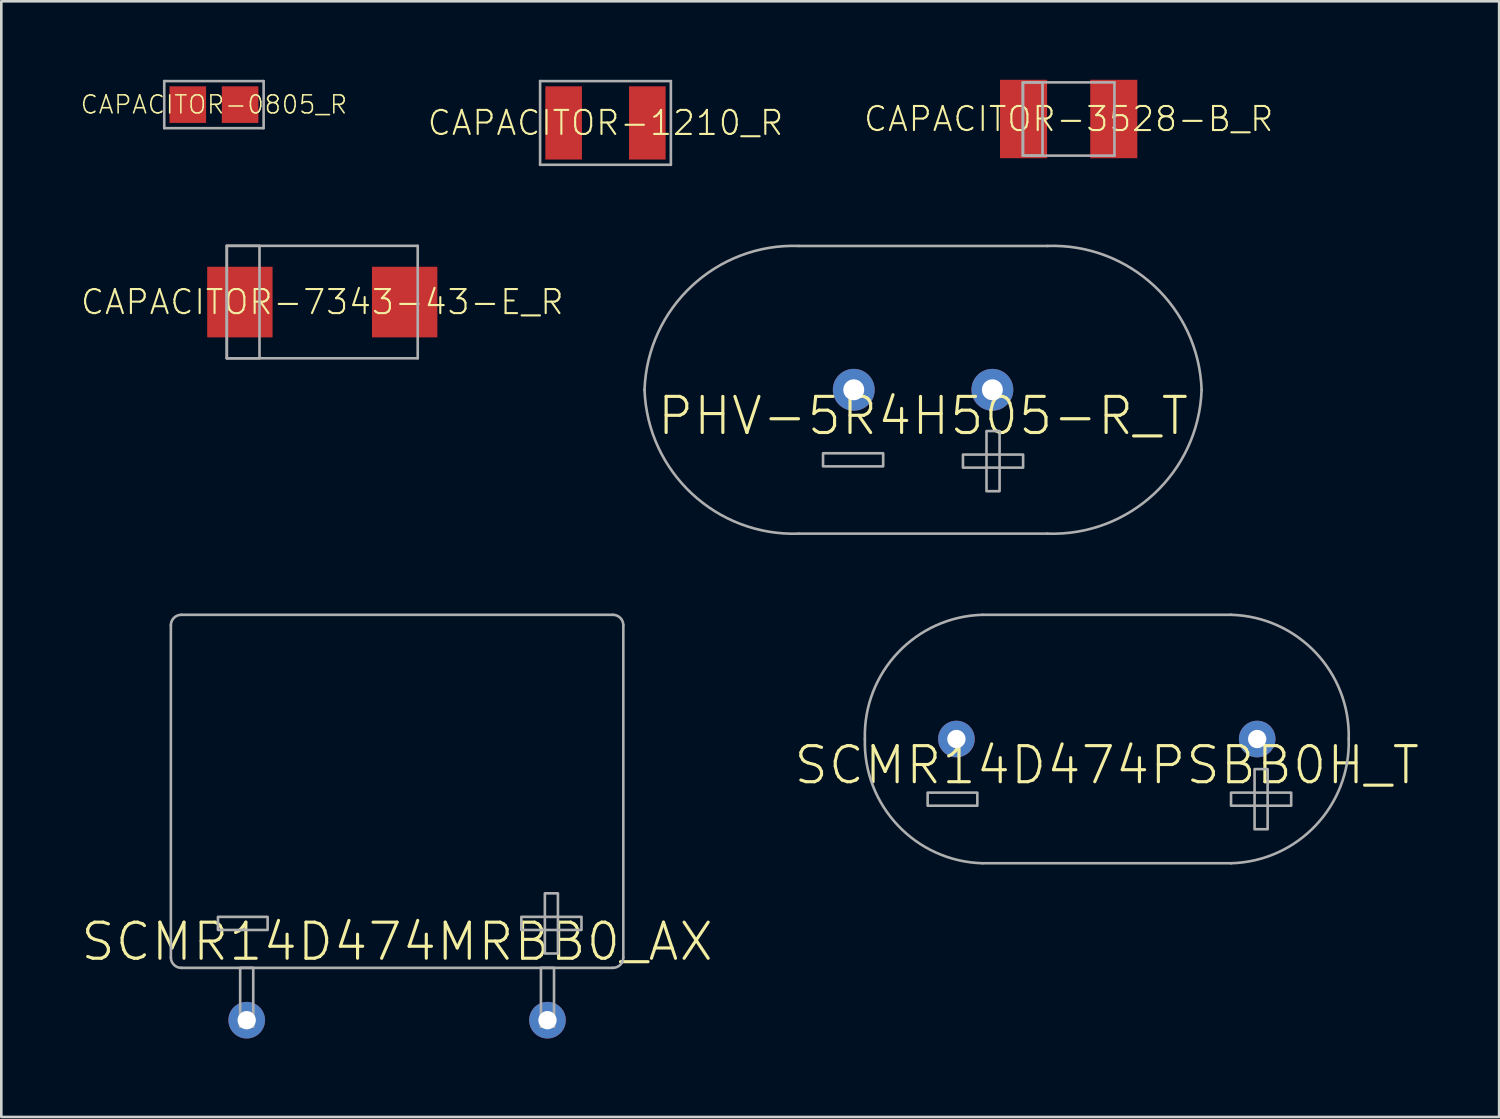
<source format=kicad_pcb>
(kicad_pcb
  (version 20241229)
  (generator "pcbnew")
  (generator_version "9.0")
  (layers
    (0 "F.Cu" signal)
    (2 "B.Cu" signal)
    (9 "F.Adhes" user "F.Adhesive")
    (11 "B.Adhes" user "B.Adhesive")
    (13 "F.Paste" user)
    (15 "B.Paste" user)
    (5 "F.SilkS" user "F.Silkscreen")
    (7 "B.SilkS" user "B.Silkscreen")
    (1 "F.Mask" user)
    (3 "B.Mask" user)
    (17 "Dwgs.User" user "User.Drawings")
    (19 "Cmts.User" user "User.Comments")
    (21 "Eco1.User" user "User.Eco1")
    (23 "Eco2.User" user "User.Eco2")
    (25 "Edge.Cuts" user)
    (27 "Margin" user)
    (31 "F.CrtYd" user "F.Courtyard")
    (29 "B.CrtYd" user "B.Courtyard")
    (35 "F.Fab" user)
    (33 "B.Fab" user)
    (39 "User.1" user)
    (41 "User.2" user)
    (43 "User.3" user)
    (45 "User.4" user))
  (footprint "SCMR14D474MRBB0_AX"
    (layer "F.Cu")
    (at 12.133 35.957)
    (property "Reference" "SCMR14D474MRBB0_AX" (at 0 -3 0) (unlocked yes) (layer "F.SilkS") (effects (font (size 1.38 1.38) (thickness 0.12))))
    (fp_line (start -8.65 -2.4) (end -8.65 -15.1) (stroke (width 0.1) (type solid)) (layer "F.Fab"))
    (fp_line (start -8.25 -15.5) (end 8.25 -15.5) (stroke (width 0.1) (type solid)) (layer "F.Fab"))
    (fp_line (start -8.25 -2) (end 8.25 -2) (stroke (width 0.1) (type solid)) (layer "F.Fab"))
    (fp_line (start 8.65 -2.4) (end 8.65 -15.1) (stroke (width 0.1) (type solid)) (layer "F.Fab"))
    (fp_arc (start -8.65 -15.1) (mid -8.532843 -15.382843) (end -8.25 -15.5) (stroke (width 0.1) (type solid)) (layer "F.Fab"))
    (fp_arc (start -8.25 -2) (mid -8.532843 -2.117157) (end -8.65 -2.4) (stroke (width 0.1) (type solid)) (layer "F.Fab"))
    (fp_arc (start 8.25 -15.5) (mid 8.532843 -15.382843) (end 8.65 -15.1) (stroke (width 0.1) (type solid)) (layer "F.Fab"))
    (fp_arc (start 8.65 -2.4) (mid 8.532843 -2.117157) (end 8.25 -2) (stroke (width 0.1) (type solid)) (layer "F.Fab"))
    (fp_poly (pts (xy -6 0.25) (xy -5.5 0.25) (xy -5.5 -2) (xy -6 -2)) (stroke (width 0.1) (type default)) (fill no) (layer "F.Fab"))
    (fp_poly (pts (xy -4.95 -3.45) (xy -4.95 -3.95) (xy -6.85 -3.95) (xy -6.85 -3.45)) (stroke (width 0.1) (type default)) (fill no) (layer "F.Fab"))
    (fp_poly (pts (xy 5.5 0.25) (xy 6 0.25) (xy 6 -2) (xy 5.5 -2)) (stroke (width 0.1) (type default)) (fill no) (layer "F.Fab"))
    (fp_poly (pts (xy 6.15 -4.85) (xy 5.65 -4.85) (xy 5.65 -2.55) (xy 6.15 -2.55)) (stroke (width 0.1) (type default)) (fill no) (layer "F.Fab"))
    (fp_poly (pts (xy 7.05 -3.45) (xy 7.05 -3.95) (xy 4.75 -3.95) (xy 4.75 -3.45)) (stroke (width 0.1) (type default)) (fill no) (layer "F.Fab"))
    (pad "A" thru_hole circle (at 5.75 0) (size 1.4 1.4) (drill 0.7) (layers "*.Cu" "*.Mask"))
    (pad "C" thru_hole circle (at -5.75 0) (size 1.4 1.4) (drill 0.7) (layers "*.Cu" "*.Mask")))
  (footprint "CAPACITOR-3528-B_R"
    (layer "F.Cu")
    (at 37.811 1.5)
    (property "Reference" "CAPACITOR-3528-B_R" (at 0 0 0) (unlocked yes) (layer "F.SilkS") (effects (font (size 0.92 0.92) (thickness 0.08))))
    (fp_line (start -1.75 -1.4) (end -1.75 1.4) (stroke (width 0.1) (type solid)) (layer "F.Fab"))
    (fp_line (start -1.75 1.4) (end 1.75 1.4) (stroke (width 0.1) (type solid)) (layer "F.Fab"))
    (fp_line (start 1.75 -1.4) (end -1.75 -1.4) (stroke (width 0.1) (type solid)) (layer "F.Fab"))
    (fp_line (start 1.75 1.4) (end 1.75 -1.4) (stroke (width 0.1) (type solid)) (layer "F.Fab"))
    (fp_poly (pts (xy -1.75 1.4) (xy -1 1.4) (xy -1 -1.4) (xy -1.75 -1.4)) (stroke (width 0.1) (type default)) (fill no) (layer "F.Fab"))
    (pad "A" smd rect (at -1.725 0) (size 1.8 3) (layers "F.Cu" "F.Mask" "F.Paste"))
    (pad "C" smd rect (at 1.725 0) (size 1.8 3) (layers "F.Cu" "F.Mask" "F.Paste")))
  (footprint "CAPACITOR-0805_R"
    (layer "F.Cu")
    (at 5.13 0.95)
    (property "Reference" "CAPACITOR-0805_R" (at 0 0 0) (unlocked yes) (layer "F.SilkS") (effects (font (size 0.69 0.69) (thickness 0.06))))
    (fp_poly (pts (xy -0.3 0.7) (xy -1.7 0.7) (xy -1.7 -0.7) (xy -0.3 -0.7)) (stroke (width 0) (type default)) (fill yes) (layer "F.Paste"))
    (fp_poly (pts (xy 1.7 0.7) (xy 0.3 0.7) (xy 0.3 -0.7) (xy 1.7 -0.7)) (stroke (width 0) (type default)) (fill yes) (layer "F.Paste"))
    (fp_line (start -1.9 -0.9) (end 1.9 -0.9) (stroke (width 0.1) (type solid)) (layer "F.Fab"))
    (fp_line (start -1.9 0.9) (end -1.9 -0.9) (stroke (width 0.1) (type solid)) (layer "F.Fab"))
    (fp_line (start 1.9 -0.9) (end 1.9 0.9) (stroke (width 0.1) (type solid)) (layer "F.Fab"))
    (fp_line (start 1.9 0.9) (end -1.9 0.9) (stroke (width 0.1) (type solid)) (layer "F.Fab"))
    (pad "1" smd rect (at -1 0) (size 1.4 1.4) (layers "F.Cu" "F.Mask"))
    (pad "2" smd rect (at 1 0) (size 1.4 1.4) (layers "F.Cu" "F.Mask")))
  (footprint "PHV-5R4H505-R_T"
    (layer "F.Cu")
    (at 32.244 11.854)
    (property "Reference" "PHV-5R4H505-R_T" (at 0 1 0) (unlocked yes) (layer "F.SilkS") (effects (font (size 1.38 1.38) (thickness 0.12))))
    (fp_line (start -4.75 5.5) (end 4.75 5.5) (stroke (width 0.1) (type solid)) (layer "F.Fab"))
    (fp_line (start 4.75 -5.5) (end -4.75 -5.5) (stroke (width 0.1) (type solid)) (layer "F.Fab"))
    (fp_arc (start -10.65 0) (mid -8.839087 -3.97193) (end -4.75 -5.5) (stroke (width 0.1) (type solid)) (layer "F.Fab"))
    (fp_arc (start -4.75 5.5) (mid -8.839087 3.97193) (end -10.65 0) (stroke (width 0.1) (type solid)) (layer "F.Fab"))
    (fp_arc (start 4.75 -5.5) (mid 8.839087 -3.97193) (end 10.65 0) (stroke (width 0.1) (type solid)) (layer "F.Fab"))
    (fp_arc (start 10.65 0) (mid 8.839087 3.97193) (end 4.75 5.5) (stroke (width 0.1) (type solid)) (layer "F.Fab"))
    (fp_poly (pts (xy -1.525 2.927) (xy -1.525 2.427) (xy -3.825 2.427) (xy -3.825 2.927)) (stroke (width 0.1) (type default)) (fill no) (layer "F.Fab"))
    (fp_poly (pts (xy 2.925 1.577) (xy 2.425 1.577) (xy 2.425 3.877) (xy 2.925 3.877)) (stroke (width 0.1) (type default)) (fill no) (layer "F.Fab"))
    (fp_poly (pts (xy 3.825 2.977) (xy 3.825 2.477) (xy 1.525 2.477) (xy 1.525 2.977)) (stroke (width 0.1) (type default)) (fill no) (layer "F.Fab"))
    (pad "A" thru_hole circle (at 2.65 0) (size 1.6 1.6) (drill 0.8) (layers "*.Cu" "*.Mask"))
    (pad "C" thru_hole circle (at -2.65 0) (size 1.6 1.6) (drill 0.8) (layers "*.Cu" "*.Mask")))
  (footprint "CAPACITOR-7343-43-E_R"
    (layer "F.Cu")
    (at 9.272 8.5)
    (property "Reference" "CAPACITOR-7343-43-E_R" (at 0 0 0) (unlocked yes) (layer "F.SilkS") (effects (font (size 0.92 0.92) (thickness 0.08))))
    (fp_poly (pts (xy -1.9 1.35) (xy -4.4 1.35) (xy -4.4 -1.35) (xy -1.9 -1.35)) (stroke (width 0) (type default)) (fill yes) (layer "F.Paste"))
    (fp_poly (pts (xy 4.4 1.35) (xy 1.9 1.35) (xy 1.9 -1.35) (xy 4.4 -1.35)) (stroke (width 0) (type default)) (fill yes) (layer "F.Paste"))
    (fp_line (start -3.65 -2.15) (end -3.65 2.15) (stroke (width 0.1) (type solid)) (layer "F.Fab"))
    (fp_line (start -3.65 2.15) (end 3.65 2.15) (stroke (width 0.1) (type solid)) (layer "F.Fab"))
    (fp_line (start 3.65 -2.15) (end -3.65 -2.15) (stroke (width 0.1) (type solid)) (layer "F.Fab"))
    (fp_line (start 3.65 2.15) (end 3.65 -2.15) (stroke (width 0.1) (type solid)) (layer "F.Fab"))
    (fp_poly (pts (xy -3.65 2.15) (xy -2.4 2.15) (xy -2.4 -2.15) (xy -3.65 -2.15)) (stroke (width 0.1) (type default)) (fill no) (layer "F.Fab"))
    (pad "A" smd rect (at -3.15 0) (size 2.5 2.7) (layers "F.Cu" "F.Mask"))
    (pad "C" smd rect (at 3.15 0) (size 2.5 2.7) (layers "F.Cu" "F.Mask")))
  (footprint "SCMR14D474PSBB0H_T"
    (layer "F.Cu")
    (at 39.269 25.207)
    (property "Reference" "SCMR14D474PSBB0H_T" (at 0 1 0) (unlocked yes) (layer "F.SilkS") (effects (font (size 1.38 1.38) (thickness 0.12))))
    (fp_line (start -4.75 4.75) (end 4.75 4.75) (stroke (width 0.1) (type solid)) (layer "F.Fab"))
    (fp_line (start 4.75 -4.75) (end -4.75 -4.75) (stroke (width 0.1) (type solid)) (layer "F.Fab"))
    (fp_arc (start -9.250001 0.000001) (mid -7.983758 -3.30698) (end -4.75 -4.75) (stroke (width 0.1) (type solid)) (layer "F.Fab"))
    (fp_arc (start -4.749999 4.749999) (mid -7.983757 3.30698) (end -9.25 0) (stroke (width 0.1) (type solid)) (layer "F.Fab"))
    (fp_arc (start 4.749999 -4.749999) (mid 7.983757 -3.30698) (end 9.25 0) (stroke (width 0.1) (type solid)) (layer "F.Fab"))
    (fp_arc (start 9.250001 -0.000001) (mid 7.983758 3.30698) (end 4.75 4.75) (stroke (width 0.1) (type solid)) (layer "F.Fab"))
    (fp_poly (pts (xy -4.95 2.55) (xy -4.95 2.05) (xy -6.85 2.05) (xy -6.85 2.55)) (stroke (width 0.1) (type default)) (fill no) (layer "F.Fab"))
    (fp_poly (pts (xy 6.15 1.15) (xy 5.65 1.15) (xy 5.65 3.45) (xy 6.15 3.45)) (stroke (width 0.1) (type default)) (fill no) (layer "F.Fab"))
    (fp_poly (pts (xy 7.05 2.55) (xy 7.05 2.05) (xy 4.75 2.05) (xy 4.75 2.55)) (stroke (width 0.1) (type default)) (fill no) (layer "F.Fab"))
    (pad "A" thru_hole circle (at 5.75 0) (size 1.4 1.4) (drill 0.7) (layers "*.Cu" "*.Mask"))
    (pad "C" thru_hole circle (at -5.75 0) (size 1.4 1.4) (drill 0.7) (layers "*.Cu" "*.Mask")))
  (footprint "CAPACITOR-1210_R"
    (layer "F.Cu")
    (at 20.101 1.65)
    (property "Reference" "CAPACITOR-1210_R" (at 0 0 0) (unlocked yes) (layer "F.SilkS") (effects (font (size 0.92 0.92) (thickness 0.08))))
    (fp_poly (pts (xy -0.9 1.4) (xy -2.3 1.4) (xy -2.3 -1.4) (xy -0.9 -1.4)) (stroke (width 0) (type default)) (fill yes) (layer "F.Paste"))
    (fp_poly (pts (xy 2.3 1.4) (xy 0.9 1.4) (xy 0.9 -1.4) (xy 2.3 -1.4)) (stroke (width 0) (type default)) (fill yes) (layer "F.Paste"))
    (fp_line (start -2.5 -1.6) (end 2.5 -1.6) (stroke (width 0.1) (type solid)) (layer "F.Fab"))
    (fp_line (start -2.5 1.6) (end -2.5 -1.6) (stroke (width 0.1) (type solid)) (layer "F.Fab"))
    (fp_line (start 2.5 -1.6) (end 2.5 1.6) (stroke (width 0.1) (type solid)) (layer "F.Fab"))
    (fp_line (start 2.5 1.6) (end -2.5 1.6) (stroke (width 0.1) (type solid)) (layer "F.Fab"))
    (pad "1" smd rect (at -1.6 0) (size 1.4 2.8) (layers "F.Cu" "F.Mask"))
    (pad "2" smd rect (at 1.6 0) (size 1.4 2.8) (layers "F.Cu" "F.Mask")))
  (gr_rect
    (start -3 -3)
    (end 54.271 39.657)
    (stroke (width 0.1) (type default))
    (fill no)
    (layer "Edge.Cuts")))
</source>
